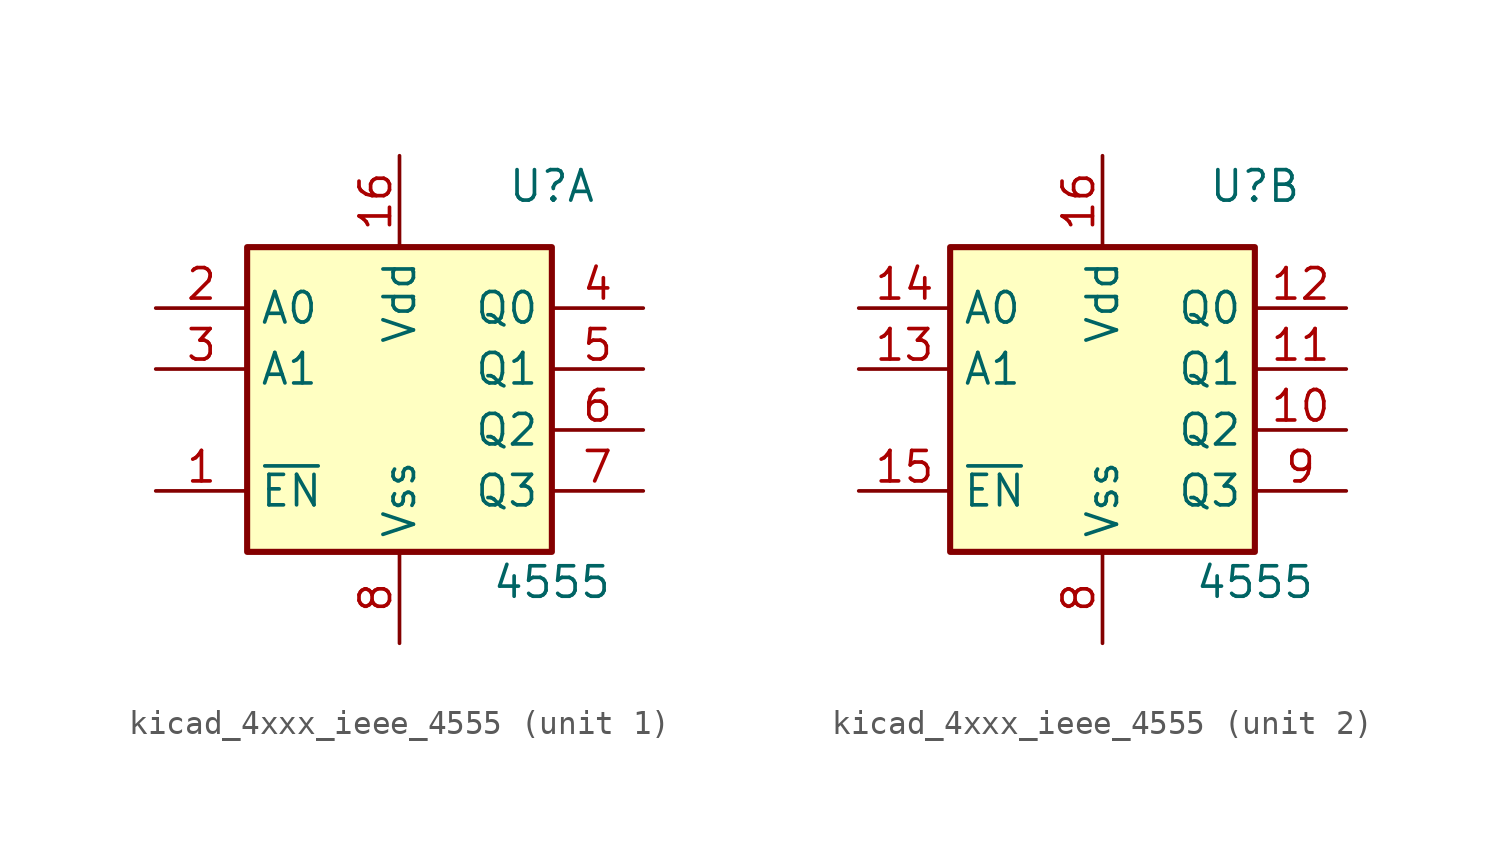
<source format=kicad_sym>
(kicad_symbol_lib
  (version 20220914)
  (generator kicad_symbol_editor)
  (symbol "kicad_4xxx_ieee_4555"
    (property "Reference" "U"
      (at 6.35 8.89 0)
      (effects (font (size 1.27 1.27))))
    (property "Value" "4555"
      (at 6.35 -7.62 0)
      (effects (font (size 1.27 1.27))))
    (symbol "kicad_4xxx_ieee_4555_0_1"
      (rectangle (start -6.35 6.35) (end 6.35 -6.35) (stroke (width 0.254) (type default)) (fill (type background)))
      (pin power_in line (at 0 10.16 270) (length 3.81) (name "Vdd" (effects (font (size 1.27 1.27)))) (number "16" (effects (font (size 1.27 1.27)))))
      (pin power_in line (at 0 -10.16 90) (length 3.81) (name "Vss" (effects (font (size 1.27 1.27)))) (number "8" (effects (font (size 1.27 1.27))))))
    (symbol "kicad_4xxx_ieee_4555_1_1"
      (pin input line (at -10.16 -3.81 0) (length 3.81) (name "~{EN}" (effects (font (size 1.27 1.27)))) (number "1" (effects (font (size 1.27 1.27)))))
      (pin input line (at -10.16 3.81 0) (length 3.81) (name "A0" (effects (font (size 1.27 1.27)))) (number "2" (effects (font (size 1.27 1.27)))))
      (pin input line (at -10.16 1.27 0) (length 3.81) (name "A1" (effects (font (size 1.27 1.27)))) (number "3" (effects (font (size 1.27 1.27)))))
      (pin output line (at 10.16 3.81 180) (length 3.81) (name "Q0" (effects (font (size 1.27 1.27)))) (number "4" (effects (font (size 1.27 1.27)))))
      (pin output line (at 10.16 1.27 180) (length 3.81) (name "Q1" (effects (font (size 1.27 1.27)))) (number "5" (effects (font (size 1.27 1.27)))))
      (pin output line (at 10.16 -1.27 180) (length 3.81) (name "Q2" (effects (font (size 1.27 1.27)))) (number "6" (effects (font (size 1.27 1.27)))))
      (pin output line (at 10.16 -3.81 180) (length 3.81) (name "Q3" (effects (font (size 1.27 1.27)))) (number "7" (effects (font (size 1.27 1.27))))))
    (symbol "kicad_4xxx_ieee_4555_2_1"
      (pin output line (at 10.16 -1.27 180) (length 3.81) (name "Q2" (effects (font (size 1.27 1.27)))) (number "10" (effects (font (size 1.27 1.27)))))
      (pin output line (at 10.16 1.27 180) (length 3.81) (name "Q1" (effects (font (size 1.27 1.27)))) (number "11" (effects (font (size 1.27 1.27)))))
      (pin output line (at 10.16 3.81 180) (length 3.81) (name "Q0" (effects (font (size 1.27 1.27)))) (number "12" (effects (font (size 1.27 1.27)))))
      (pin input line (at -10.16 1.27 0) (length 3.81) (name "A1" (effects (font (size 1.27 1.27)))) (number "13" (effects (font (size 1.27 1.27)))))
      (pin input line (at -10.16 3.81 0) (length 3.81) (name "A0" (effects (font (size 1.27 1.27)))) (number "14" (effects (font (size 1.27 1.27)))))
      (pin input line (at -10.16 -3.81 0) (length 3.81) (name "~{EN}" (effects (font (size 1.27 1.27)))) (number "15" (effects (font (size 1.27 1.27)))))
      (pin output line (at 10.16 -3.81 180) (length 3.81) (name "Q3" (effects (font (size 1.27 1.27)))) (number "9" (effects (font (size 1.27 1.27))))))))
</source>
